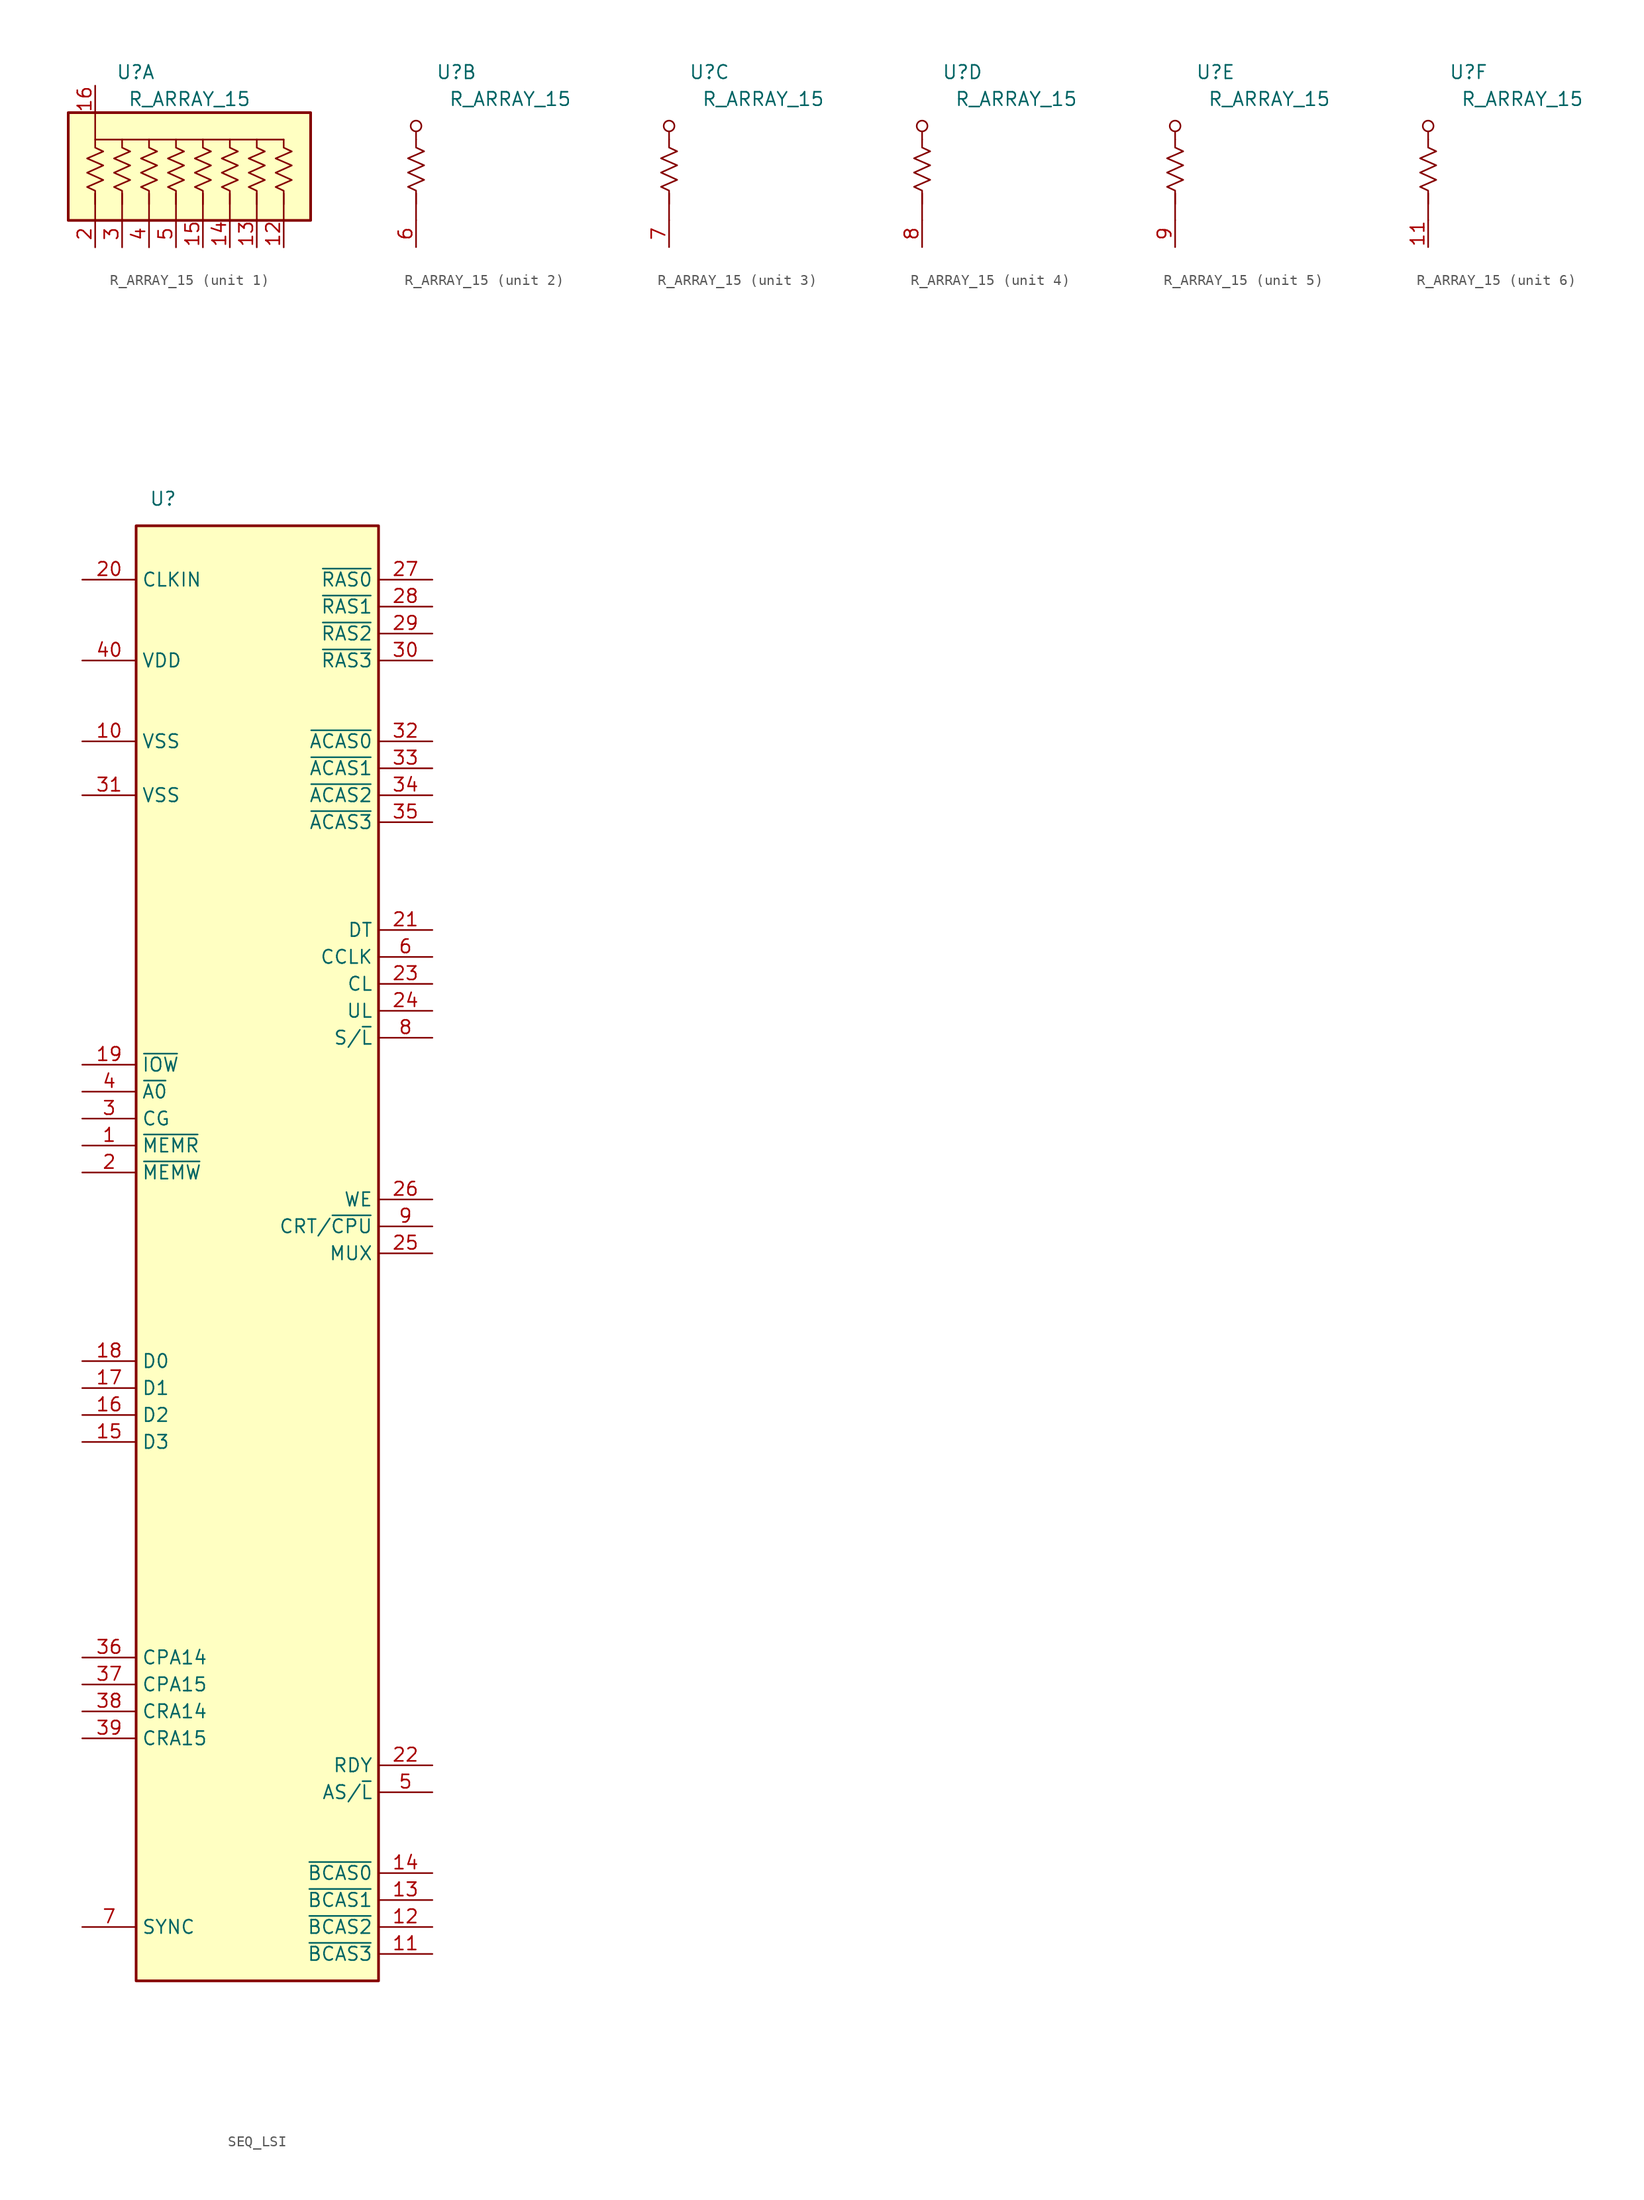
<source format=kicad_sym>
(kicad_symbol_lib
  (version 20220914)
  (generator kicad_symbol_editor)
  (symbol "R_ARRAY_15"
    (property "Reference" "U"
      (at 6.35 3.81 0)
      (effects (font (size 1.27 1.27))))
    (property "Value" "R_ARRAY_15"
      (at 11.43 1.27 0)
      (effects (font (size 1.27 1.27))))
    (property "ki_locked" ""
      (at 0 0 0)
      (effects (font (size 1.27 1.27))))
    (symbol "R_ARRAY_15_0_1"
      (polyline (pts (xy 2.54 -10.16) (xy 2.54 -7.62)) (stroke (width 0) (type default)) (fill (type none)))
      (polyline (pts (xy 2.54 -2.54) (xy 2.54 -3.302) (xy 3.302 -3.658) (xy 1.778 -4.318) (xy 3.302 -4.978) (xy 1.778 -5.664) (xy 3.302 -6.35) (xy 1.778 -7.01) (xy 2.54 -7.366) (xy 2.54 -8.636)) (stroke (width 0) (type default)) (fill (type none))))
    (symbol "R_ARRAY_15_1_1"
      (polyline (pts (xy 5.08 -10.16) (xy 5.08 -7.62)) (stroke (width 0) (type default)) (fill (type none)))
      (polyline (pts (xy 7.62 -10.16) (xy 7.62 -7.62)) (stroke (width 0) (type default)) (fill (type none)))
      (polyline (pts (xy 10.16 -10.16) (xy 10.16 -7.62)) (stroke (width 0) (type default)) (fill (type none)))
      (polyline (pts (xy 12.7 -10.16) (xy 12.7 -7.62)) (stroke (width 0) (type default)) (fill (type none)))
      (polyline (pts (xy 15.24 -10.16) (xy 15.24 -7.62)) (stroke (width 0) (type default)) (fill (type none)))
      (polyline (pts (xy 17.78 -10.16) (xy 17.78 -7.62)) (stroke (width 0) (type default)) (fill (type none)))
      (polyline (pts (xy 20.32 -10.16) (xy 20.32 -7.62)) (stroke (width 0) (type default)) (fill (type none)))
      (polyline (pts (xy 2.54 0) (xy 2.54 -2.54) (xy 20.32 -2.54)) (stroke (width 0) (type default)) (fill (type none)))
      (polyline (pts (xy 5.08 -2.54) (xy 5.08 -3.302) (xy 5.842 -3.658) (xy 4.318 -4.318) (xy 5.842 -4.978) (xy 4.318 -5.664) (xy 5.842 -6.35) (xy 4.318 -7.01) (xy 5.08 -7.366) (xy 5.08 -8.636)) (stroke (width 0) (type default)) (fill (type none)))
      (polyline (pts (xy 7.62 -2.54) (xy 7.62 -3.302) (xy 8.382 -3.658) (xy 6.858 -4.318) (xy 8.382 -4.978) (xy 6.858 -5.664) (xy 8.382 -6.35) (xy 6.858 -7.01) (xy 7.62 -7.366) (xy 7.62 -8.636)) (stroke (width 0) (type default)) (fill (type none)))
      (polyline (pts (xy 10.16 -2.54) (xy 10.16 -3.302) (xy 10.922 -3.658) (xy 9.398 -4.318) (xy 10.922 -4.978) (xy 9.398 -5.664) (xy 10.922 -6.35) (xy 9.398 -7.01) (xy 10.16 -7.366) (xy 10.16 -8.636)) (stroke (width 0) (type default)) (fill (type none)))
      (polyline (pts (xy 12.7 -2.54) (xy 12.7 -3.302) (xy 13.462 -3.658) (xy 11.938 -4.318) (xy 13.462 -4.978) (xy 11.938 -5.664) (xy 13.462 -6.35) (xy 11.938 -7.01) (xy 12.7 -7.366) (xy 12.7 -8.636)) (stroke (width 0) (type default)) (fill (type none)))
      (polyline (pts (xy 15.24 -2.54) (xy 15.24 -3.302) (xy 16.002 -3.658) (xy 14.478 -4.318) (xy 16.002 -4.978) (xy 14.478 -5.664) (xy 16.002 -6.35) (xy 14.478 -7.01) (xy 15.24 -7.366) (xy 15.24 -8.636)) (stroke (width 0) (type default)) (fill (type none)))
      (polyline (pts (xy 17.78 -2.54) (xy 17.78 -3.302) (xy 18.542 -3.658) (xy 17.018 -4.318) (xy 18.542 -4.978) (xy 17.018 -5.664) (xy 18.542 -6.35) (xy 17.018 -7.01) (xy 17.78 -7.366) (xy 17.78 -8.636)) (stroke (width 0) (type default)) (fill (type none)))
      (polyline (pts (xy 20.32 -2.54) (xy 20.32 -3.302) (xy 21.082 -3.658) (xy 19.558 -4.318) (xy 21.082 -4.978) (xy 19.558 -5.664) (xy 21.082 -6.35) (xy 19.558 -7.01) (xy 20.32 -7.366) (xy 20.32 -8.636)) (stroke (width 0) (type default)) (fill (type none)))
      (rectangle (start 0 0) (end 22.86 -10.16) (stroke (width 0.254) (type default)) (fill (type background)))
      (pin passive line (at 20.32 -12.7 90) (length 2.54) (name "" (effects (font (size 1.27 1.27)))) (number "12" (effects (font (size 1.27 1.27)))))
      (pin passive line (at 17.78 -12.7 90) (length 2.54) (name "" (effects (font (size 1.27 1.27)))) (number "13" (effects (font (size 1.27 1.27)))))
      (pin passive line (at 15.24 -12.7 90) (length 2.54) (name "" (effects (font (size 1.27 1.27)))) (number "14" (effects (font (size 1.27 1.27)))))
      (pin passive line (at 12.7 -12.7 90) (length 2.54) (name "" (effects (font (size 1.27 1.27)))) (number "15" (effects (font (size 1.27 1.27)))))
      (pin passive line (at 2.54 2.54 270) (length 2.54) (name "" (effects (font (size 1.27 1.27)))) (number "16" (effects (font (size 1.27 1.27)))))
      (pin passive line (at 2.54 -12.7 90) (length 2.54) (name "" (effects (font (size 1.27 1.27)))) (number "2" (effects (font (size 1.27 1.27)))))
      (pin passive line (at 5.08 -12.7 90) (length 2.54) (name "" (effects (font (size 1.27 1.27)))) (number "3" (effects (font (size 1.27 1.27)))))
      (pin passive line (at 7.62 -12.7 90) (length 2.54) (name "" (effects (font (size 1.27 1.27)))) (number "4" (effects (font (size 1.27 1.27)))))
      (pin passive line (at 10.16 -12.7 90) (length 2.54) (name "" (effects (font (size 1.27 1.27)))) (number "5" (effects (font (size 1.27 1.27))))))
    (symbol "R_ARRAY_15_2_1"
      (polyline (pts (xy 2.54 -2.54) (xy 2.54 -1.778)) (stroke (width 0) (type default)) (fill (type none)))
      (circle (center 2.54 -1.27) (radius 0.508) (stroke (width 0) (type default)) (fill (type none)))
      (pin passive line (at 2.54 -12.7 90) (length 2.54) (name "" (effects (font (size 1.27 1.27)))) (number "6" (effects (font (size 1.27 1.27))))))
    (symbol "R_ARRAY_15_3_1"
      (polyline (pts (xy 2.54 -2.54) (xy 2.54 -1.778)) (stroke (width 0) (type default)) (fill (type none)))
      (circle (center 2.54 -1.27) (radius 0.508) (stroke (width 0) (type default)) (fill (type none)))
      (pin passive line (at 2.54 -12.7 90) (length 2.54) (name "" (effects (font (size 1.27 1.27)))) (number "7" (effects (font (size 1.27 1.27))))))
    (symbol "R_ARRAY_15_4_1"
      (polyline (pts (xy 2.54 -2.54) (xy 2.54 -1.778)) (stroke (width 0) (type default)) (fill (type none)))
      (circle (center 2.54 -1.27) (radius 0.508) (stroke (width 0) (type default)) (fill (type none)))
      (pin passive line (at 2.54 -12.7 90) (length 2.54) (name "" (effects (font (size 1.27 1.27)))) (number "8" (effects (font (size 1.27 1.27))))))
    (symbol "R_ARRAY_15_5_1"
      (polyline (pts (xy 2.54 -2.54) (xy 2.54 -1.778)) (stroke (width 0) (type default)) (fill (type none)))
      (circle (center 2.54 -1.27) (radius 0.508) (stroke (width 0) (type default)) (fill (type none)))
      (pin passive line (at 2.54 -12.7 90) (length 2.54) (name "" (effects (font (size 1.27 1.27)))) (number "9" (effects (font (size 1.27 1.27))))))
    (symbol "R_ARRAY_15_6_1"
      (polyline (pts (xy 2.54 -2.54) (xy 2.54 -1.778)) (stroke (width 0) (type default)) (fill (type none)))
      (circle (center 2.54 -1.27) (radius 0.508) (stroke (width 0) (type default)) (fill (type none)))
      (pin passive line (at 2.54 -12.7 90) (length 2.54) (name "" (effects (font (size 1.27 1.27)))) (number "11" (effects (font (size 1.27 1.27)))))))
  (symbol "SEQ_LSI"
    (property "Reference" "U"
      (at 2.54 2.54 0)
      (effects (font (size 1.27 1.27))))
    (property "Value" ""
      (at 0 0 0)
      (effects (font (size 1.27 1.27))))
    (symbol "SEQ_LSI_1_1"
      (rectangle (start 0 0) (end 22.86 -137.16) (stroke (width 0.254) (type default)) (fill (type background)))
      (pin input line (at -5.08 -58.42 0) (length 5.08) (name "~{MEMR}" (effects (font (size 1.27 1.27)))) (number "1" (effects (font (size 1.27 1.27)))))
      (pin power_in line (at -5.08 -20.32 0) (length 5.08) (name "VSS" (effects (font (size 1.27 1.27)))) (number "10" (effects (font (size 1.27 1.27)))))
      (pin output line (at 27.94 -134.62 180) (length 5.08) (name "~{BCAS3}" (effects (font (size 1.27 1.27)))) (number "11" (effects (font (size 1.27 1.27)))))
      (pin output line (at 27.94 -132.08 180) (length 5.08) (name "~{BCAS2}" (effects (font (size 1.27 1.27)))) (number "12" (effects (font (size 1.27 1.27)))))
      (pin output line (at 27.94 -129.54 180) (length 5.08) (name "~{BCAS1}" (effects (font (size 1.27 1.27)))) (number "13" (effects (font (size 1.27 1.27)))))
      (pin output line (at 27.94 -127 180) (length 5.08) (name "~{BCAS0}" (effects (font (size 1.27 1.27)))) (number "14" (effects (font (size 1.27 1.27)))))
      (pin input line (at -5.08 -86.36 0) (length 5.08) (name "D3" (effects (font (size 1.27 1.27)))) (number "15" (effects (font (size 1.27 1.27)))))
      (pin input line (at -5.08 -83.82 0) (length 5.08) (name "D2" (effects (font (size 1.27 1.27)))) (number "16" (effects (font (size 1.27 1.27)))))
      (pin input line (at -5.08 -81.28 0) (length 5.08) (name "D1" (effects (font (size 1.27 1.27)))) (number "17" (effects (font (size 1.27 1.27)))))
      (pin input line (at -5.08 -78.74 0) (length 5.08) (name "D0" (effects (font (size 1.27 1.27)))) (number "18" (effects (font (size 1.27 1.27)))))
      (pin input line (at -5.08 -50.8 0) (length 5.08) (name "~{IOW}" (effects (font (size 1.27 1.27)))) (number "19" (effects (font (size 1.27 1.27)))))
      (pin input line (at -5.08 -60.96 0) (length 5.08) (name "~{MEMW}" (effects (font (size 1.27 1.27)))) (number "2" (effects (font (size 1.27 1.27)))))
      (pin input line (at -5.08 -5.08 0) (length 5.08) (name "CLKIN" (effects (font (size 1.27 1.27)))) (number "20" (effects (font (size 1.27 1.27)))))
      (pin output line (at 27.94 -38.1 180) (length 5.08) (name "DT" (effects (font (size 1.27 1.27)))) (number "21" (effects (font (size 1.27 1.27)))))
      (pin output line (at 27.94 -116.84 180) (length 5.08) (name "RDY" (effects (font (size 1.27 1.27)))) (number "22" (effects (font (size 1.27 1.27)))))
      (pin output line (at 27.94 -43.18 180) (length 5.08) (name "CL" (effects (font (size 1.27 1.27)))) (number "23" (effects (font (size 1.27 1.27)))))
      (pin output line (at 27.94 -45.72 180) (length 5.08) (name "UL" (effects (font (size 1.27 1.27)))) (number "24" (effects (font (size 1.27 1.27)))))
      (pin output line (at 27.94 -68.58 180) (length 5.08) (name "MUX" (effects (font (size 1.27 1.27)))) (number "25" (effects (font (size 1.27 1.27)))))
      (pin output line (at 27.94 -63.5 180) (length 5.08) (name "WE" (effects (font (size 1.27 1.27)))) (number "26" (effects (font (size 1.27 1.27)))))
      (pin output line (at 27.94 -5.08 180) (length 5.08) (name "~{RAS0}" (effects (font (size 1.27 1.27)))) (number "27" (effects (font (size 1.27 1.27)))))
      (pin output line (at 27.94 -7.62 180) (length 5.08) (name "~{RAS1}" (effects (font (size 1.27 1.27)))) (number "28" (effects (font (size 1.27 1.27)))))
      (pin output line (at 27.94 -10.16 180) (length 5.08) (name "~{RAS2}" (effects (font (size 1.27 1.27)))) (number "29" (effects (font (size 1.27 1.27)))))
      (pin input line (at -5.08 -55.88 0) (length 5.08) (name "CG" (effects (font (size 1.27 1.27)))) (number "3" (effects (font (size 1.27 1.27)))))
      (pin output line (at 27.94 -12.7 180) (length 5.08) (name "~{RAS3}" (effects (font (size 1.27 1.27)))) (number "30" (effects (font (size 1.27 1.27)))))
      (pin power_in line (at -5.08 -25.4 0) (length 5.08) (name "VSS" (effects (font (size 1.27 1.27)))) (number "31" (effects (font (size 1.27 1.27)))))
      (pin output line (at 27.94 -20.32 180) (length 5.08) (name "~{ACAS0}" (effects (font (size 1.27 1.27)))) (number "32" (effects (font (size 1.27 1.27)))))
      (pin output line (at 27.94 -22.86 180) (length 5.08) (name "~{ACAS1}" (effects (font (size 1.27 1.27)))) (number "33" (effects (font (size 1.27 1.27)))))
      (pin output line (at 27.94 -25.4 180) (length 5.08) (name "~{ACAS2}" (effects (font (size 1.27 1.27)))) (number "34" (effects (font (size 1.27 1.27)))))
      (pin output line (at 27.94 -27.94 180) (length 5.08) (name "~{ACAS3}" (effects (font (size 1.27 1.27)))) (number "35" (effects (font (size 1.27 1.27)))))
      (pin input line (at -5.08 -106.68 0) (length 5.08) (name "CPA14" (effects (font (size 1.27 1.27)))) (number "36" (effects (font (size 1.27 1.27)))))
      (pin input line (at -5.08 -109.22 0) (length 5.08) (name "CPA15" (effects (font (size 1.27 1.27)))) (number "37" (effects (font (size 1.27 1.27)))))
      (pin input line (at -5.08 -111.76 0) (length 5.08) (name "CRA14" (effects (font (size 1.27 1.27)))) (number "38" (effects (font (size 1.27 1.27)))))
      (pin input line (at -5.08 -114.3 0) (length 5.08) (name "CRA15" (effects (font (size 1.27 1.27)))) (number "39" (effects (font (size 1.27 1.27)))))
      (pin input line (at -5.08 -53.34 0) (length 5.08) (name "~{A0}" (effects (font (size 1.27 1.27)))) (number "4" (effects (font (size 1.27 1.27)))))
      (pin power_in line (at -5.08 -12.7 0) (length 5.08) (name "VDD" (effects (font (size 1.27 1.27)))) (number "40" (effects (font (size 1.27 1.27)))))
      (pin output line (at 27.94 -119.38 180) (length 5.08) (name "AS/~{L}" (effects (font (size 1.27 1.27)))) (number "5" (effects (font (size 1.27 1.27)))))
      (pin output line (at 27.94 -40.64 180) (length 5.08) (name "CCLK" (effects (font (size 1.27 1.27)))) (number "6" (effects (font (size 1.27 1.27)))))
      (pin input line (at -5.08 -132.08 0) (length 5.08) (name "SYNC" (effects (font (size 1.27 1.27)))) (number "7" (effects (font (size 1.27 1.27)))))
      (pin output line (at 27.94 -48.26 180) (length 5.08) (name "S/~{L}" (effects (font (size 1.27 1.27)))) (number "8" (effects (font (size 1.27 1.27)))))
      (pin output line (at 27.94 -66.04 180) (length 5.08) (name "CRT/~{CPU}" (effects (font (size 1.27 1.27)))) (number "9" (effects (font (size 1.27 1.27))))))))
</source>
